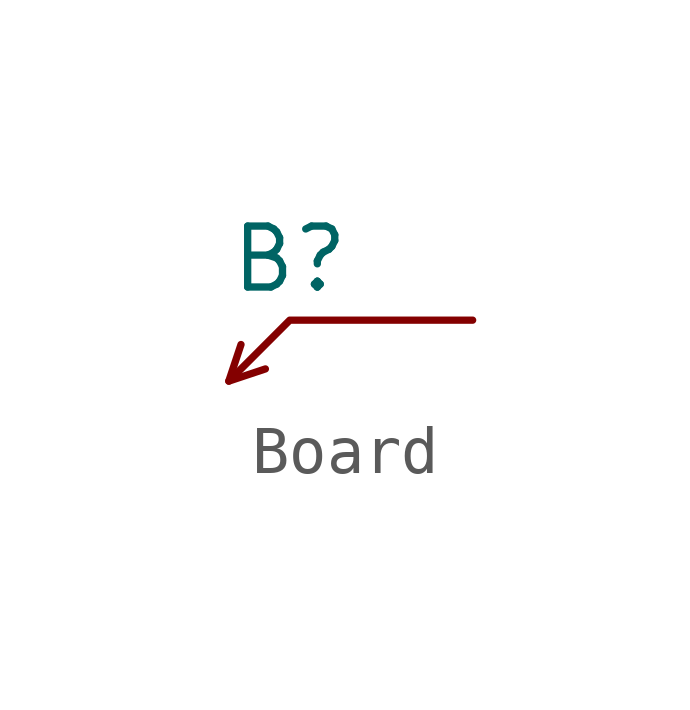
<source format=kicad_sym>
(kicad_symbol_lib
  (version 20220914)
  (generator kicad_symbol_editor)
  (symbol "Board"
    (property "Reference" "B"
      (at 1.27 2.54 0)
      (effects (font (size 1.27 1.27))))
    (property "Value" ""
      (at 0 0 0)
      (effects (font (size 1.27 1.27))))
    (symbol "Board_0_1"
      (polyline (pts (xy 0 0) (xy 1.27 1.27) (xy 5.08 1.27)) (stroke (width 0) (type default)) (fill (type none)))
      (polyline (pts (xy 0 0) (xy 0.762 0.254) (xy 0 0) (xy 0.254 0.762)) (stroke (width 0) (type default)) (fill (type none))))))
</source>
